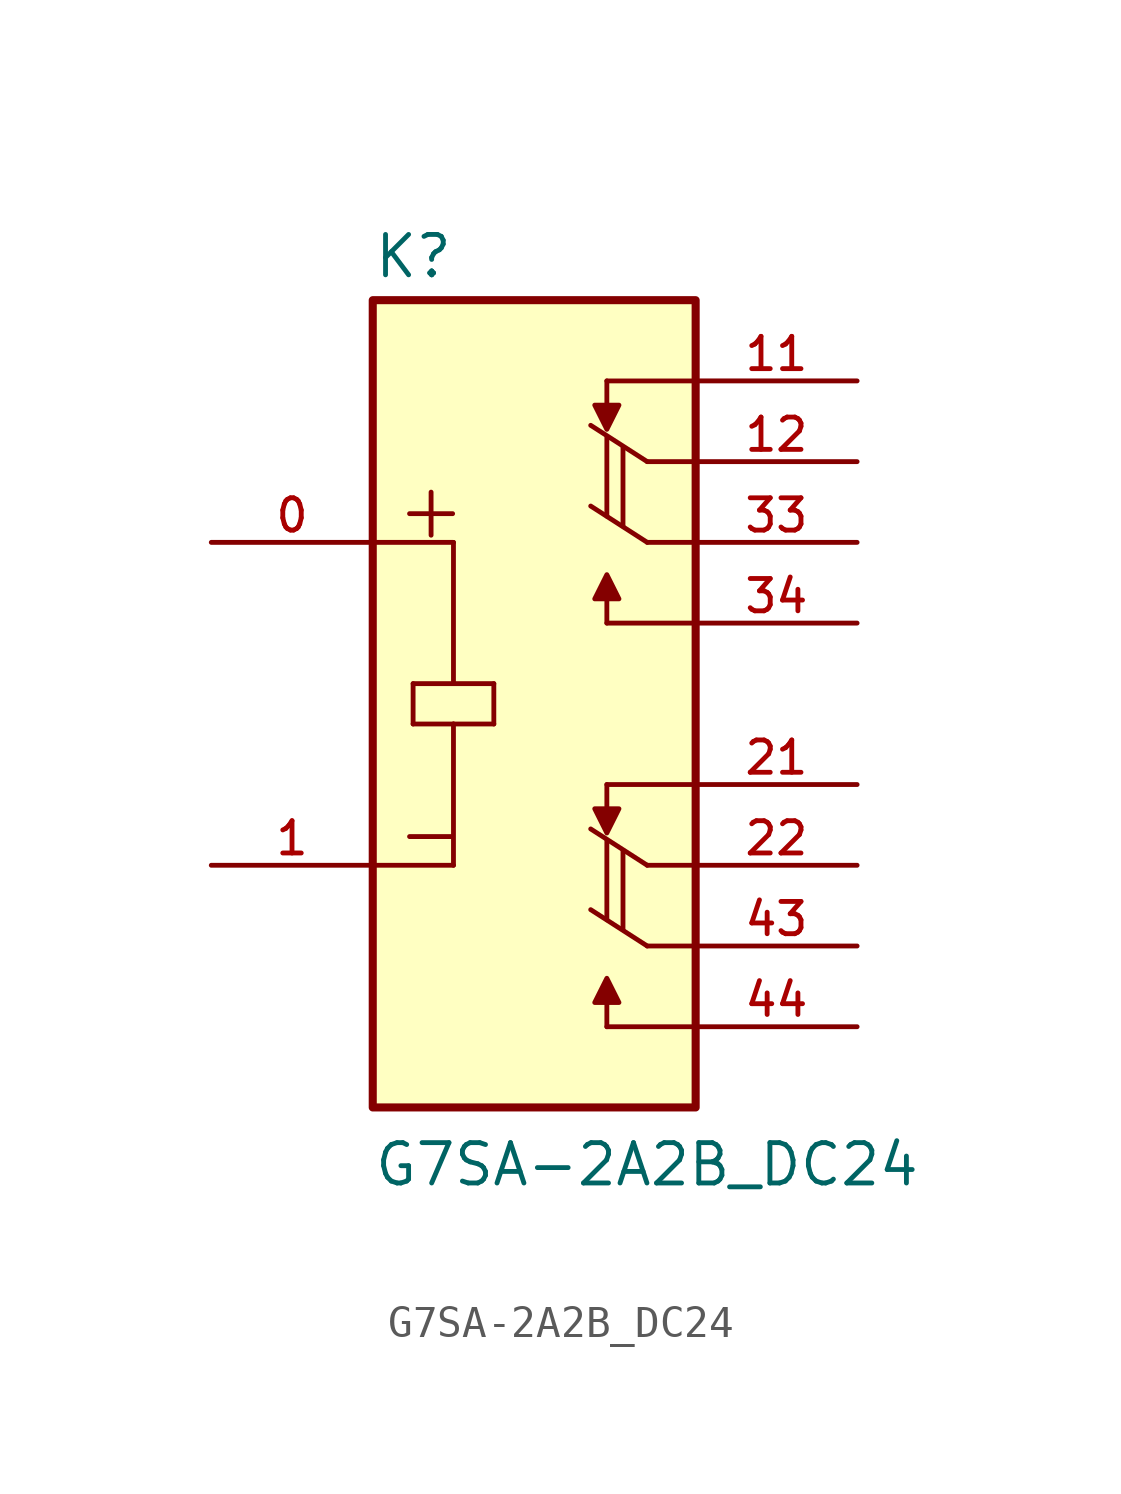
<source format=kicad_sym>
(kicad_symbol_lib
  (version 20211014)
  (generator kicad_symbol_editor)
  (symbol "G7SA-2A2B_DC24"
    (pin_names
      (offset 1.016))
    (property "Reference" "K"
      (at -5.08 13.335 0)
      (effects (font (size 1.27 1.27)) (justify bottom left)))
    (property "Value" "G7SA-2A2B_DC24"
      (at -5.08 -15.24 0)
      (effects (font (size 1.27 1.27)) (justify bottom left)))
    (symbol "G7SA-2A2B_DC24_0_0"
      (polyline (pts (xy -5.08 5.08) (xy -2.54 5.08)) (stroke (width 0.152)))
      (polyline (pts (xy -3.81 0.635) (xy -2.54 0.635)) (stroke (width 0.152)))
      (polyline (pts (xy -2.54 0.635) (xy -1.27 0.635)) (stroke (width 0.152)))
      (polyline (pts (xy -1.27 0.635) (xy -1.27 -0.635)) (stroke (width 0.152)))
      (polyline (pts (xy -1.27 -0.635) (xy -2.54 -0.635)) (stroke (width 0.152)))
      (polyline (pts (xy -2.54 -0.635) (xy -3.81 -0.635)) (stroke (width 0.152)))
      (polyline (pts (xy -3.81 -0.635) (xy -3.81 0.635)) (stroke (width 0.152)))
      (polyline (pts (xy -5.08 -5.08) (xy -2.54 -5.08)) (stroke (width 0.152)))
      (polyline (pts (xy -2.54 5.08) (xy -2.54 0.635)) (stroke (width 0.152)))
      (polyline (pts (xy -2.54 -0.635) (xy -2.54 -5.08)) (stroke (width 0.152)))
      (polyline (pts (xy 5.08 5.08) (xy 3.556 5.08)) (stroke (width 0.152)))
      (polyline (pts (xy 3.556 5.08) (xy 1.778 6.223)) (stroke (width 0.152)))
      (polyline (pts (xy 2.286 2.54) (xy 2.286 3.556)) (stroke (width 0.152)))
      (polyline (pts (xy 2.667 3.302) (xy 1.905 3.302) (xy 2.286 4.064) (xy 2.667 3.302)) (stroke (width 0.152)) (fill (type outline)))
      (polyline (pts (xy 2.286 2.54) (xy 5.08 2.54)) (stroke (width 0.152)))
      (polyline (pts (xy 5.08 7.62) (xy 3.556 7.62)) (stroke (width 0.152)))
      (polyline (pts (xy 2.286 10.16) (xy 2.286 9.144)) (stroke (width 0.152)))
      (polyline (pts (xy 2.667 9.398) (xy 1.905 9.398) (xy 2.286 8.636) (xy 2.667 9.398)) (stroke (width 0.152)) (fill (type outline)))
      (polyline (pts (xy 2.286 10.16) (xy 5.08 10.16)) (stroke (width 0.152)))
      (polyline (pts (xy 3.556 7.62) (xy 1.778 8.763)) (stroke (width 0.152)))
      (polyline (pts (xy 2.286 8.382) (xy 2.286 5.905)) (stroke (width 0.152)))
      (polyline (pts (xy 2.794 8.065) (xy 2.794 5.588)) (stroke (width 0.152)))
      (polyline (pts (xy 5.08 -7.62) (xy 3.556 -7.62)) (stroke (width 0.152)))
      (polyline (pts (xy 3.556 -7.62) (xy 1.778 -6.477)) (stroke (width 0.152)))
      (polyline (pts (xy 2.286 -10.16) (xy 2.286 -9.144)) (stroke (width 0.152)))
      (polyline (pts (xy 2.667 -9.398) (xy 1.905 -9.398) (xy 2.286 -8.636) (xy 2.667 -9.398)) (stroke (width 0.152)) (fill (type outline)))
      (polyline (pts (xy 2.286 -10.16) (xy 5.08 -10.16)) (stroke (width 0.152)))
      (polyline (pts (xy 5.08 -5.08) (xy 3.556 -5.08)) (stroke (width 0.152)))
      (polyline (pts (xy 2.286 -2.54) (xy 2.286 -3.556)) (stroke (width 0.152)))
      (polyline (pts (xy 2.667 -3.302) (xy 1.905 -3.302) (xy 2.286 -4.064) (xy 2.667 -3.302)) (stroke (width 0.152)) (fill (type outline)))
      (polyline (pts (xy 2.286 -2.54) (xy 5.08 -2.54)) (stroke (width 0.152)))
      (polyline (pts (xy 3.556 -5.08) (xy 1.778 -3.937)) (stroke (width 0.152)))
      (polyline (pts (xy 2.286 -4.318) (xy 2.286 -6.795)) (stroke (width 0.152)))
      (polyline (pts (xy 2.794 -4.636) (xy 2.794 -7.112)) (stroke (width 0.152)))
      (text "+" (at -4.445 5.08 0) (effects (font (size 1.778 1.778)) (justify bottom left)))
      (text "-" (at -4.445 -5.08 0) (effects (font (size 1.778 1.778)) (justify bottom left)))
      (rectangle (start -5.08 -12.7) (end 5.08 12.7) (stroke (width 0.254)) (fill (type background)))
      (pin passive line (at 10.16 7.62 180.0) (length 5.08) (name "~" (effects (font (size 1.016 1.016)))) (number "12" (effects (font (size 1.016 1.016)))))
      (pin passive line (at -10.16 5.08 0) (length 5.08) (name "~" (effects (font (size 1.016 1.016)))) (number "0" (effects (font (size 1.016 1.016)))))
      (pin passive line (at -10.16 -5.08 0) (length 5.08) (name "~" (effects (font (size 1.016 1.016)))) (number "1" (effects (font (size 1.016 1.016)))))
      (pin passive line (at 10.16 10.16 180.0) (length 5.08) (name "~" (effects (font (size 1.016 1.016)))) (number "11" (effects (font (size 1.016 1.016)))))
      (pin passive line (at 10.16 5.08 180.0) (length 5.08) (name "~" (effects (font (size 1.016 1.016)))) (number "33" (effects (font (size 1.016 1.016)))))
      (pin passive line (at 10.16 2.54 180.0) (length 5.08) (name "~" (effects (font (size 1.016 1.016)))) (number "34" (effects (font (size 1.016 1.016)))))
      (pin passive line (at 10.16 -5.08 180.0) (length 5.08) (name "~" (effects (font (size 1.016 1.016)))) (number "22" (effects (font (size 1.016 1.016)))))
      (pin passive line (at 10.16 -2.54 180.0) (length 5.08) (name "~" (effects (font (size 1.016 1.016)))) (number "21" (effects (font (size 1.016 1.016)))))
      (pin passive line (at 10.16 -7.62 180.0) (length 5.08) (name "~" (effects (font (size 1.016 1.016)))) (number "43" (effects (font (size 1.016 1.016)))))
      (pin passive line (at 10.16 -10.16 180.0) (length 5.08) (name "~" (effects (font (size 1.016 1.016)))) (number "44" (effects (font (size 1.016 1.016))))))))
</source>
